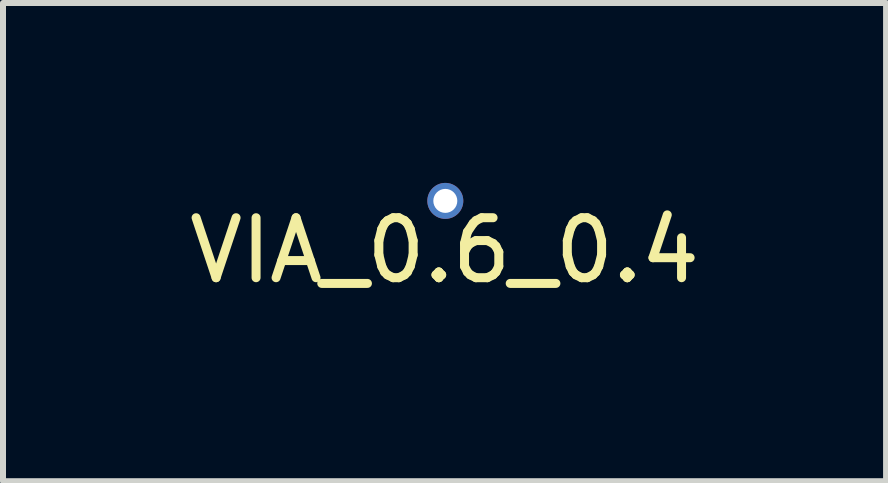
<source format=kicad_pcb>
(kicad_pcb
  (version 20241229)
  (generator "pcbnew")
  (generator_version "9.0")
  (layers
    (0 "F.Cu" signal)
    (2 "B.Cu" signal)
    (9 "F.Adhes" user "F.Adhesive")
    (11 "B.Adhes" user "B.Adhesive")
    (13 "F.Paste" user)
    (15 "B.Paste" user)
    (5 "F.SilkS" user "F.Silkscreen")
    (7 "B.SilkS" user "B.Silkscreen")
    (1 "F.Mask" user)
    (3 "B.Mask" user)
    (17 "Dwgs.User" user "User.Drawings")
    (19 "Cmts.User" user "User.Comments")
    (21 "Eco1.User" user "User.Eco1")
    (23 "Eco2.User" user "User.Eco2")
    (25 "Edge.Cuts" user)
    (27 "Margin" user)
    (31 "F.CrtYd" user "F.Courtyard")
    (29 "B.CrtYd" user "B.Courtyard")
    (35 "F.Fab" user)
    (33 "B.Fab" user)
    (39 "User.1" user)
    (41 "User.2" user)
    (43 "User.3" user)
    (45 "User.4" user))
  (footprint "VIA_0.6_0.4"
    (layer "F.Cu")
    (at 4.376 0.3)
    (property "Reference" "VIA_0.6_0.4" (at -0.013 0.826 0) (layer "F.SilkS") (effects (font (size 1 1) (thickness 0.15))))
    (attr through_hole)
    (pad "2" thru_hole circle (at 0 0) (size 0.6 0.6) (drill 0.4) (layers "*.Cu")))
  (gr_rect
    (start -3 -3)
    (end 11.726 4.974)
    (stroke (width 0.1) (type default))
    (fill no)
    (layer "Edge.Cuts")))
</source>
